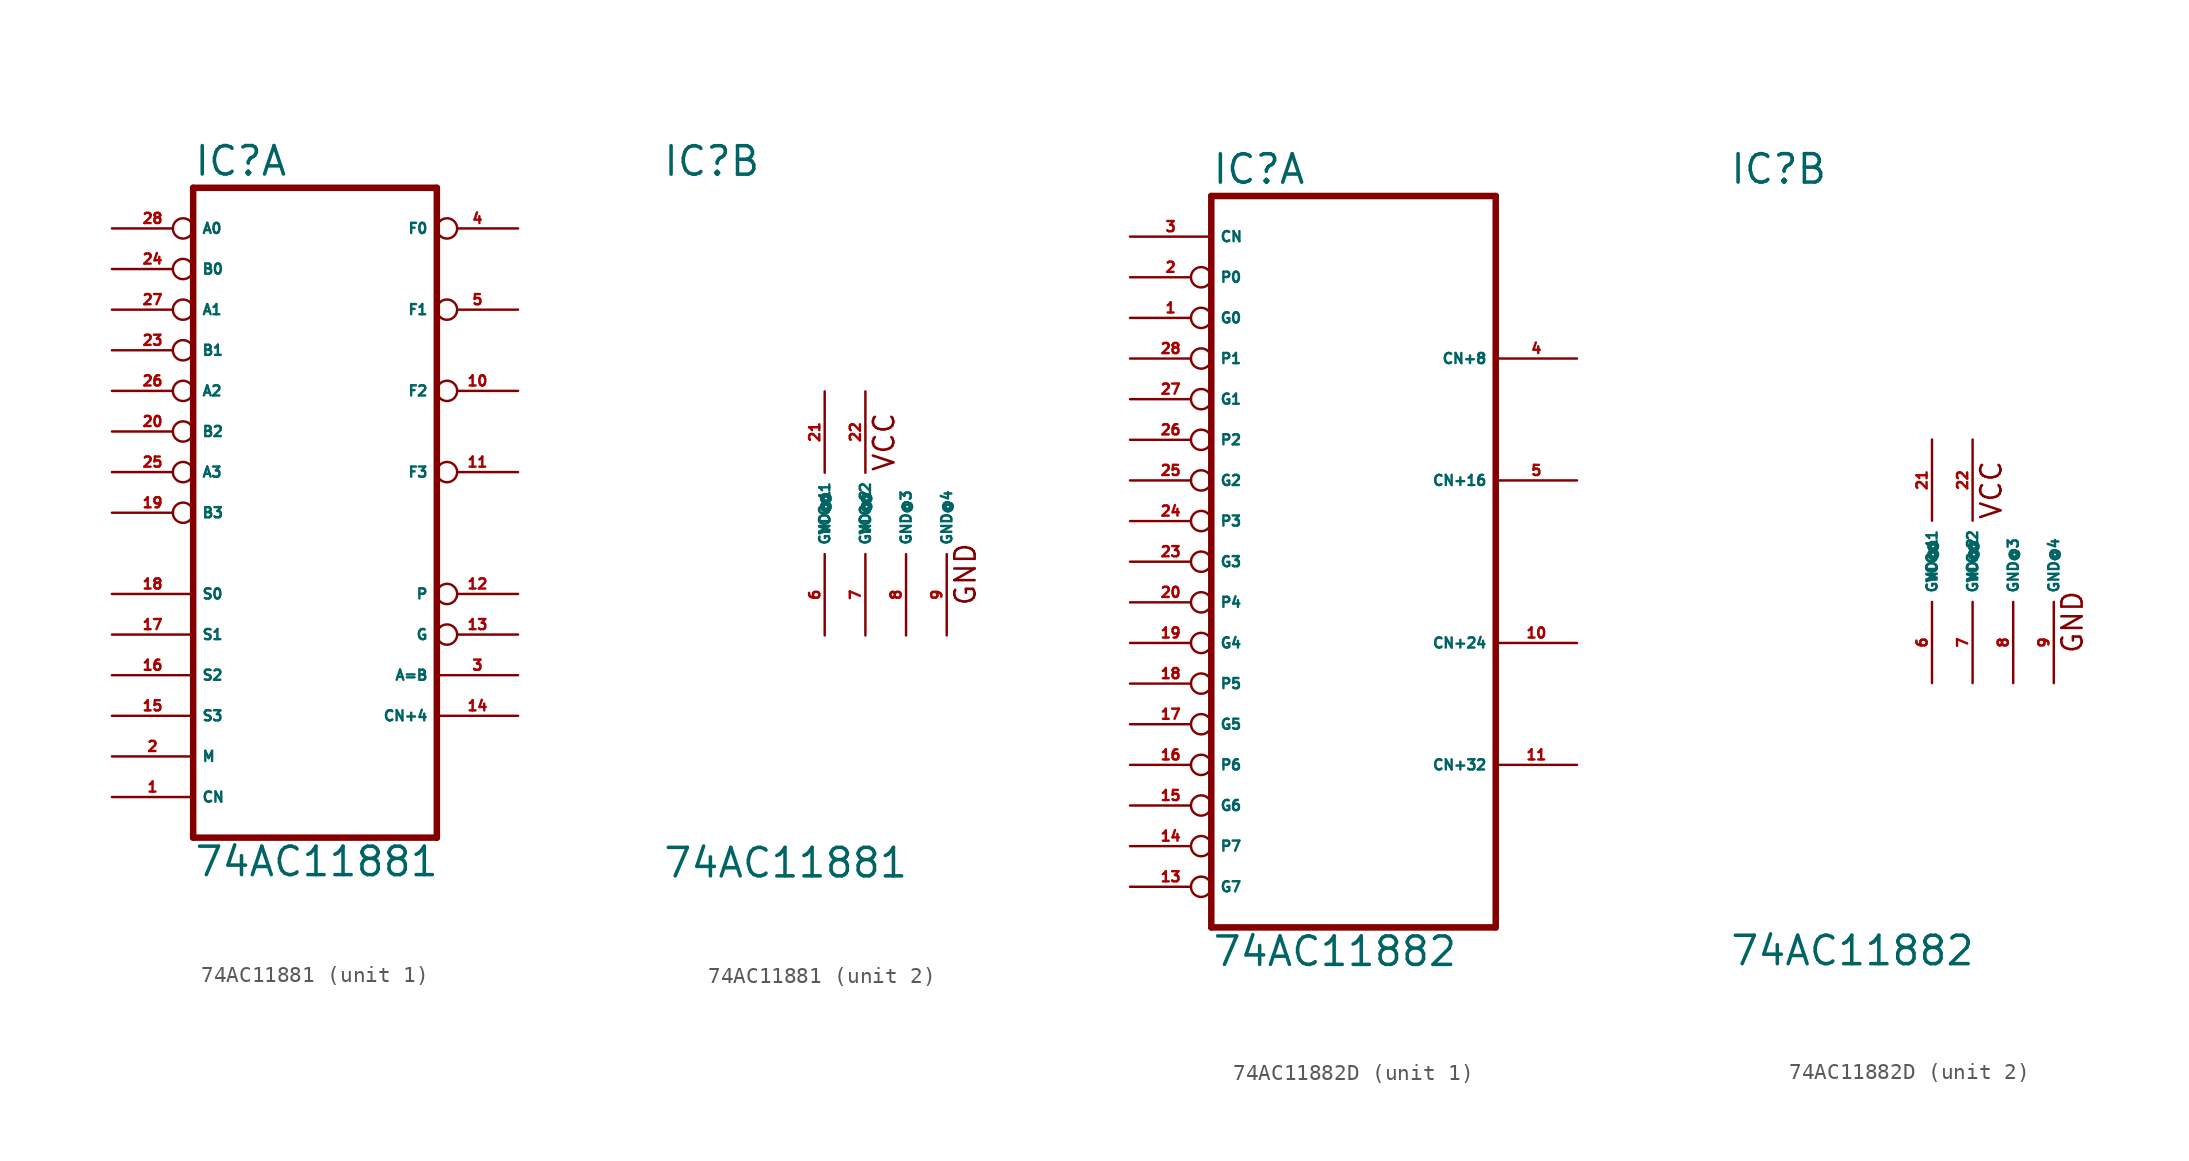
<source format=kicad_sym>
(kicad_symbol_lib
  (version 20220914)
  (generator Eagle2Kicad)
  (symbol "74AC11881"
    (property "Reference" "IC"
      (at -10.16 20.955 0)
      (effects (font (size 1.778 1.778) (thickness 0.22)) (justify left bottom)))
    (property "Value" "74AC11881"
      (at -10.16 -22.86 0)
      (effects (font (size 1.778 1.778) (thickness 0.22)) (justify left bottom)))
    (symbol "74AC11881_1_0"
      (polyline (pts (xy -10.16 -20.32) (xy 5.08 -20.32)) (stroke (width 0.406) (type default)) (fill (type none)))
      (polyline (pts (xy 5.08 20.32) (xy 5.08 -20.32)) (stroke (width 0.406) (type default)) (fill (type none)))
      (polyline (pts (xy 5.08 20.32) (xy -10.16 20.32)) (stroke (width 0.406) (type default)) (fill (type none)))
      (polyline (pts (xy -10.16 -20.32) (xy -10.16 20.32)) (stroke (width 0.406) (type default)) (fill (type none)))
      (pin input line (at -15.24 -5.08 0) (length 5.08) (name "S0" (effects (font (size 0.635 0.635) (thickness 0.08)) (justify left bottom))) (number "18" (effects (font (size 0.635 0.635) (thickness 0.08)) (justify left bottom))))
      (pin input line (at -15.24 -7.62 0) (length 5.08) (name "S1" (effects (font (size 0.635 0.635) (thickness 0.08)) (justify left bottom))) (number "17" (effects (font (size 0.635 0.635) (thickness 0.08)) (justify left bottom))))
      (pin input line (at -15.24 -10.16 0) (length 5.08) (name "S2" (effects (font (size 0.635 0.635) (thickness 0.08)) (justify left bottom))) (number "16" (effects (font (size 0.635 0.635) (thickness 0.08)) (justify left bottom))))
      (pin input line (at -15.24 -12.7 0) (length 5.08) (name "S3" (effects (font (size 0.635 0.635) (thickness 0.08)) (justify left bottom))) (number "15" (effects (font (size 0.635 0.635) (thickness 0.08)) (justify left bottom))))
      (pin input line (at -15.24 -15.24 0) (length 5.08) (name "M" (effects (font (size 0.635 0.635) (thickness 0.08)) (justify left bottom))) (number "2" (effects (font (size 0.635 0.635) (thickness 0.08)) (justify left bottom))))
      (pin input line (at -15.24 -17.78 0) (length 5.08) (name "CN" (effects (font (size 0.635 0.635) (thickness 0.08)) (justify left bottom))) (number "1" (effects (font (size 0.635 0.635) (thickness 0.08)) (justify left bottom))))
      (pin input inverted (at -15.24 17.78 0) (length 5.08) (name "A0" (effects (font (size 0.635 0.635) (thickness 0.08)) (justify left bottom))) (number "28" (effects (font (size 0.635 0.635) (thickness 0.08)) (justify left bottom))))
      (pin input inverted (at -15.24 15.24 0) (length 5.08) (name "B0" (effects (font (size 0.635 0.635) (thickness 0.08)) (justify left bottom))) (number "24" (effects (font (size 0.635 0.635) (thickness 0.08)) (justify left bottom))))
      (pin input inverted (at -15.24 12.7 0) (length 5.08) (name "A1" (effects (font (size 0.635 0.635) (thickness 0.08)) (justify left bottom))) (number "27" (effects (font (size 0.635 0.635) (thickness 0.08)) (justify left bottom))))
      (pin input inverted (at -15.24 10.16 0) (length 5.08) (name "B1" (effects (font (size 0.635 0.635) (thickness 0.08)) (justify left bottom))) (number "23" (effects (font (size 0.635 0.635) (thickness 0.08)) (justify left bottom))))
      (pin input inverted (at -15.24 7.62 0) (length 5.08) (name "A2" (effects (font (size 0.635 0.635) (thickness 0.08)) (justify left bottom))) (number "26" (effects (font (size 0.635 0.635) (thickness 0.08)) (justify left bottom))))
      (pin input inverted (at -15.24 5.08 0) (length 5.08) (name "B2" (effects (font (size 0.635 0.635) (thickness 0.08)) (justify left bottom))) (number "20" (effects (font (size 0.635 0.635) (thickness 0.08)) (justify left bottom))))
      (pin input inverted (at -15.24 2.54 0) (length 5.08) (name "A3" (effects (font (size 0.635 0.635) (thickness 0.08)) (justify left bottom))) (number "25" (effects (font (size 0.635 0.635) (thickness 0.08)) (justify left bottom))))
      (pin input inverted (at -15.24 0 0) (length 5.08) (name "B3" (effects (font (size 0.635 0.635) (thickness 0.08)) (justify left bottom))) (number "19" (effects (font (size 0.635 0.635) (thickness 0.08)) (justify left bottom))))
      (pin output inverted (at 10.16 -5.08 180) (length 5.08) (name "P" (effects (font (size 0.635 0.635) (thickness 0.08)) (justify left bottom))) (number "12" (effects (font (size 0.635 0.635) (thickness 0.08)) (justify left bottom))))
      (pin output inverted (at 10.16 -7.62 180) (length 5.08) (name "G" (effects (font (size 0.635 0.635) (thickness 0.08)) (justify left bottom))) (number "13" (effects (font (size 0.635 0.635) (thickness 0.08)) (justify left bottom))))
      (pin output line (at 10.16 -10.16 180) (length 5.08) (name "A=B" (effects (font (size 0.635 0.635) (thickness 0.08)) (justify left bottom))) (number "3" (effects (font (size 0.635 0.635) (thickness 0.08)) (justify left bottom))))
      (pin output line (at 10.16 -12.7 180) (length 5.08) (name "CN+4" (effects (font (size 0.635 0.635) (thickness 0.08)) (justify left bottom))) (number "14" (effects (font (size 0.635 0.635) (thickness 0.08)) (justify left bottom))))
      (pin output inverted (at 10.16 17.78 180) (length 5.08) (name "F0" (effects (font (size 0.635 0.635) (thickness 0.08)) (justify left bottom))) (number "4" (effects (font (size 0.635 0.635) (thickness 0.08)) (justify left bottom))))
      (pin output inverted (at 10.16 7.62 180) (length 5.08) (name "F2" (effects (font (size 0.635 0.635) (thickness 0.08)) (justify left bottom))) (number "10" (effects (font (size 0.635 0.635) (thickness 0.08)) (justify left bottom))))
      (pin output inverted (at 10.16 12.7 180) (length 5.08) (name "F1" (effects (font (size 0.635 0.635) (thickness 0.08)) (justify left bottom))) (number "5" (effects (font (size 0.635 0.635) (thickness 0.08)) (justify left bottom))))
      (pin output inverted (at 10.16 2.54 180) (length 5.08) (name "F3" (effects (font (size 0.635 0.635) (thickness 0.08)) (justify left bottom))) (number "11" (effects (font (size 0.635 0.635) (thickness 0.08)) (justify left bottom)))))
    (symbol "74AC11881_2_0"
      (text "VCC" (at 4.445 2.54 900) (effects (font (size 1.27 1.27) (thickness 0.16)) (justify left bottom)))
      (text "GND" (at 9.525 -5.842 900) (effects (font (size 1.27 1.27) (thickness 0.16)) (justify left bottom)))
      (pin unspecified line (at 0 -7.62 90) (length 5.08) (name "GND@1" (effects (font (size 0.635 0.635) (thickness 0.08)) (justify left bottom))) (number "6" (effects (font (size 0.635 0.635) (thickness 0.08)) (justify left bottom))))
      (pin unspecified line (at 2.54 -7.62 90) (length 5.08) (name "GND@2" (effects (font (size 0.635 0.635) (thickness 0.08)) (justify left bottom))) (number "7" (effects (font (size 0.635 0.635) (thickness 0.08)) (justify left bottom))))
      (pin unspecified line (at 5.08 -7.62 90) (length 5.08) (name "GND@3" (effects (font (size 0.635 0.635) (thickness 0.08)) (justify left bottom))) (number "8" (effects (font (size 0.635 0.635) (thickness 0.08)) (justify left bottom))))
      (pin unspecified line (at 7.62 -7.62 90) (length 5.08) (name "GND@4" (effects (font (size 0.635 0.635) (thickness 0.08)) (justify left bottom))) (number "9" (effects (font (size 0.635 0.635) (thickness 0.08)) (justify left bottom))))
      (pin unspecified line (at 0 7.62 270) (length 5.08) (name "VCC@1" (effects (font (size 0.635 0.635) (thickness 0.08)) (justify left bottom))) (number "21" (effects (font (size 0.635 0.635) (thickness 0.08)) (justify left bottom))))
      (pin unspecified line (at 2.54 7.62 270) (length 5.08) (name "VCC@2" (effects (font (size 0.635 0.635) (thickness 0.08)) (justify left bottom))) (number "22" (effects (font (size 0.635 0.635) (thickness 0.08)) (justify left bottom))))))
  (symbol "74AC11882D"
    (property "Reference" "IC"
      (at -12.7 23.495 0)
      (effects (font (size 1.778 1.778) (thickness 0.22)) (justify left bottom)))
    (property "Value" "74AC11882"
      (at -12.7 -25.4 0)
      (effects (font (size 1.778 1.778) (thickness 0.22)) (justify left bottom)))
    (symbol "74AC11882D_1_0"
      (polyline (pts (xy -12.7 -22.86) (xy 5.08 -22.86)) (stroke (width 0.406) (type default)) (fill (type none)))
      (polyline (pts (xy 5.08 -22.86) (xy 5.08 22.86)) (stroke (width 0.406) (type default)) (fill (type none)))
      (polyline (pts (xy 5.08 22.86) (xy -12.7 22.86)) (stroke (width 0.406) (type default)) (fill (type none)))
      (polyline (pts (xy -12.7 22.86) (xy -12.7 -22.86)) (stroke (width 0.406) (type default)) (fill (type none)))
      (pin input inverted (at -17.78 15.24 0) (length 5.08) (name "G0" (effects (font (size 0.635 0.635) (thickness 0.08)) (justify left bottom))) (number "1" (effects (font (size 0.635 0.635) (thickness 0.08)) (justify left bottom))))
      (pin input inverted (at -17.78 17.78 0) (length 5.08) (name "P0" (effects (font (size 0.635 0.635) (thickness 0.08)) (justify left bottom))) (number "2" (effects (font (size 0.635 0.635) (thickness 0.08)) (justify left bottom))))
      (pin input line (at -17.78 20.32 0) (length 5.08) (name "CN" (effects (font (size 0.635 0.635) (thickness 0.08)) (justify left bottom))) (number "3" (effects (font (size 0.635 0.635) (thickness 0.08)) (justify left bottom))))
      (pin output line (at 10.16 12.7 180) (length 5.08) (name "CN+8" (effects (font (size 0.635 0.635) (thickness 0.08)) (justify left bottom))) (number "4" (effects (font (size 0.635 0.635) (thickness 0.08)) (justify left bottom))))
      (pin output line (at 10.16 5.08 180) (length 5.08) (name "CN+16" (effects (font (size 0.635 0.635) (thickness 0.08)) (justify left bottom))) (number "5" (effects (font (size 0.635 0.635) (thickness 0.08)) (justify left bottom))))
      (pin output line (at 10.16 -5.08 180) (length 5.08) (name "CN+24" (effects (font (size 0.635 0.635) (thickness 0.08)) (justify left bottom))) (number "10" (effects (font (size 0.635 0.635) (thickness 0.08)) (justify left bottom))))
      (pin output line (at 10.16 -12.7 180) (length 5.08) (name "CN+32" (effects (font (size 0.635 0.635) (thickness 0.08)) (justify left bottom))) (number "11" (effects (font (size 0.635 0.635) (thickness 0.08)) (justify left bottom))))
      (pin input inverted (at -17.78 -20.32 0) (length 5.08) (name "G7" (effects (font (size 0.635 0.635) (thickness 0.08)) (justify left bottom))) (number "13" (effects (font (size 0.635 0.635) (thickness 0.08)) (justify left bottom))))
      (pin input inverted (at -17.78 -17.78 0) (length 5.08) (name "P7" (effects (font (size 0.635 0.635) (thickness 0.08)) (justify left bottom))) (number "14" (effects (font (size 0.635 0.635) (thickness 0.08)) (justify left bottom))))
      (pin input inverted (at -17.78 -15.24 0) (length 5.08) (name "G6" (effects (font (size 0.635 0.635) (thickness 0.08)) (justify left bottom))) (number "15" (effects (font (size 0.635 0.635) (thickness 0.08)) (justify left bottom))))
      (pin input inverted (at -17.78 -12.7 0) (length 5.08) (name "P6" (effects (font (size 0.635 0.635) (thickness 0.08)) (justify left bottom))) (number "16" (effects (font (size 0.635 0.635) (thickness 0.08)) (justify left bottom))))
      (pin input inverted (at -17.78 -10.16 0) (length 5.08) (name "G5" (effects (font (size 0.635 0.635) (thickness 0.08)) (justify left bottom))) (number "17" (effects (font (size 0.635 0.635) (thickness 0.08)) (justify left bottom))))
      (pin input inverted (at -17.78 -7.62 0) (length 5.08) (name "P5" (effects (font (size 0.635 0.635) (thickness 0.08)) (justify left bottom))) (number "18" (effects (font (size 0.635 0.635) (thickness 0.08)) (justify left bottom))))
      (pin input inverted (at -17.78 -5.08 0) (length 5.08) (name "G4" (effects (font (size 0.635 0.635) (thickness 0.08)) (justify left bottom))) (number "19" (effects (font (size 0.635 0.635) (thickness 0.08)) (justify left bottom))))
      (pin input inverted (at -17.78 -2.54 0) (length 5.08) (name "P4" (effects (font (size 0.635 0.635) (thickness 0.08)) (justify left bottom))) (number "20" (effects (font (size 0.635 0.635) (thickness 0.08)) (justify left bottom))))
      (pin input inverted (at -17.78 0 0) (length 5.08) (name "G3" (effects (font (size 0.635 0.635) (thickness 0.08)) (justify left bottom))) (number "23" (effects (font (size 0.635 0.635) (thickness 0.08)) (justify left bottom))))
      (pin input inverted (at -17.78 2.54 0) (length 5.08) (name "P3" (effects (font (size 0.635 0.635) (thickness 0.08)) (justify left bottom))) (number "24" (effects (font (size 0.635 0.635) (thickness 0.08)) (justify left bottom))))
      (pin input inverted (at -17.78 5.08 0) (length 5.08) (name "G2" (effects (font (size 0.635 0.635) (thickness 0.08)) (justify left bottom))) (number "25" (effects (font (size 0.635 0.635) (thickness 0.08)) (justify left bottom))))
      (pin input inverted (at -17.78 7.62 0) (length 5.08) (name "P2" (effects (font (size 0.635 0.635) (thickness 0.08)) (justify left bottom))) (number "26" (effects (font (size 0.635 0.635) (thickness 0.08)) (justify left bottom))))
      (pin input inverted (at -17.78 10.16 0) (length 5.08) (name "G1" (effects (font (size 0.635 0.635) (thickness 0.08)) (justify left bottom))) (number "27" (effects (font (size 0.635 0.635) (thickness 0.08)) (justify left bottom))))
      (pin input inverted (at -17.78 12.7 0) (length 5.08) (name "P1" (effects (font (size 0.635 0.635) (thickness 0.08)) (justify left bottom))) (number "28" (effects (font (size 0.635 0.635) (thickness 0.08)) (justify left bottom)))))
    (symbol "74AC11882D_2_0"
      (text "VCC" (at 4.445 2.54 900) (effects (font (size 1.27 1.27) (thickness 0.16)) (justify left bottom)))
      (text "GND" (at 9.525 -5.842 900) (effects (font (size 1.27 1.27) (thickness 0.16)) (justify left bottom)))
      (pin unspecified line (at 0 -7.62 90) (length 5.08) (name "GND@1" (effects (font (size 0.635 0.635) (thickness 0.08)) (justify left bottom))) (number "6" (effects (font (size 0.635 0.635) (thickness 0.08)) (justify left bottom))))
      (pin unspecified line (at 2.54 -7.62 90) (length 5.08) (name "GND@2" (effects (font (size 0.635 0.635) (thickness 0.08)) (justify left bottom))) (number "7" (effects (font (size 0.635 0.635) (thickness 0.08)) (justify left bottom))))
      (pin unspecified line (at 5.08 -7.62 90) (length 5.08) (name "GND@3" (effects (font (size 0.635 0.635) (thickness 0.08)) (justify left bottom))) (number "8" (effects (font (size 0.635 0.635) (thickness 0.08)) (justify left bottom))))
      (pin unspecified line (at 7.62 -7.62 90) (length 5.08) (name "GND@4" (effects (font (size 0.635 0.635) (thickness 0.08)) (justify left bottom))) (number "9" (effects (font (size 0.635 0.635) (thickness 0.08)) (justify left bottom))))
      (pin unspecified line (at 0 7.62 270) (length 5.08) (name "VCC@1" (effects (font (size 0.635 0.635) (thickness 0.08)) (justify left bottom))) (number "21" (effects (font (size 0.635 0.635) (thickness 0.08)) (justify left bottom))))
      (pin unspecified line (at 2.54 7.62 270) (length 5.08) (name "VCC@2" (effects (font (size 0.635 0.635) (thickness 0.08)) (justify left bottom))) (number "22" (effects (font (size 0.635 0.635) (thickness 0.08)) (justify left bottom)))))))
</source>
